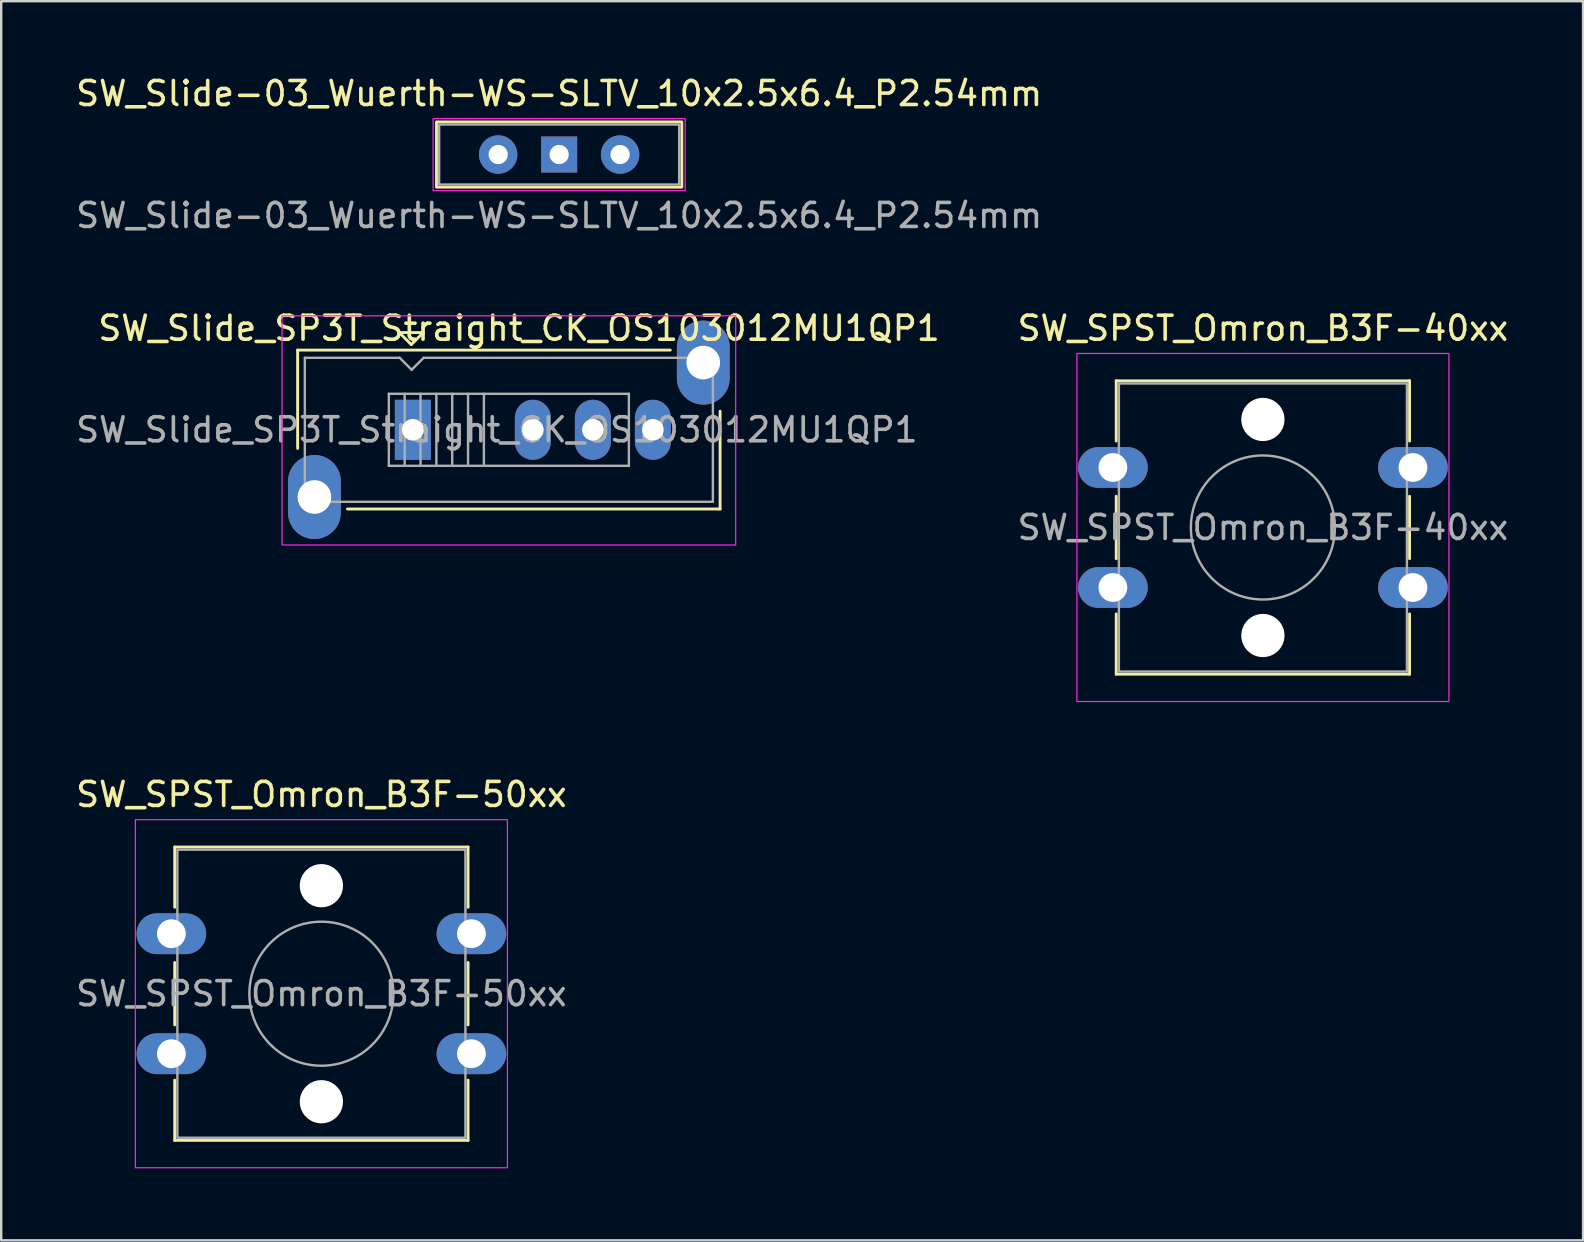
<source format=kicad_pcb>
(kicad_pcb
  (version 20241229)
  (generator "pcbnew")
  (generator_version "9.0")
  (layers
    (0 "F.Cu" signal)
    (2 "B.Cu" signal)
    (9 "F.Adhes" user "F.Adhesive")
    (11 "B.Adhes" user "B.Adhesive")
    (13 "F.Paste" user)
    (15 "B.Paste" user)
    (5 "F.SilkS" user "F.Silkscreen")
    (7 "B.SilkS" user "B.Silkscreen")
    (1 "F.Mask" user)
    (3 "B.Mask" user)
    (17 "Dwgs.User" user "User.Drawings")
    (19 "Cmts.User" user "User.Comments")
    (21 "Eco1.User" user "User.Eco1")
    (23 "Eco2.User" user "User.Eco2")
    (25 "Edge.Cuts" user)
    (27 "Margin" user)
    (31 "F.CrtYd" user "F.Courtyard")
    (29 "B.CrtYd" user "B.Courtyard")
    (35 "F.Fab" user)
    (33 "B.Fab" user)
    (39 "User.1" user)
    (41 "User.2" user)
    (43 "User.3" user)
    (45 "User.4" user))
  (footprint "SW_SPST_Omron_B3F-50xx"
    (layer "F.Cu")
    (at 4.089 35.848)
    (property "Reference" "SW_SPST_Omron_B3F-50xx" (at 6.25 -5.8 0) (layer "F.SilkS") (effects (font (size 1 1) (thickness 0.15))))
    (attr through_hole)
    (fp_line (start 0.14 -3.61) (end 0.14 -1.1) (stroke (width 0.12) (type default)) (layer "F.SilkS"))
    (fp_line (start 0.14 -3.61) (end 12.36 -3.61) (stroke (width 0.12) (type default)) (layer "F.SilkS"))
    (fp_line (start 0.14 1.2) (end 0.14 3.8) (stroke (width 0.12) (type default)) (layer "F.SilkS"))
    (fp_line (start 0.14 6.1) (end 0.14 8.61) (stroke (width 0.12) (type default)) (layer "F.SilkS"))
    (fp_line (start 12.36 -3.61) (end 12.36 -1.1) (stroke (width 0.12) (type default)) (layer "F.SilkS"))
    (fp_line (start 12.36 1.2) (end 12.36 3.8) (stroke (width 0.12) (type default)) (layer "F.SilkS"))
    (fp_line (start 12.36 6.1) (end 12.36 8.61) (stroke (width 0.12) (type default)) (layer "F.SilkS"))
    (fp_line (start 12.36 8.61) (end 0.14 8.61) (stroke (width 0.12) (type default)) (layer "F.SilkS"))
    (fp_rect (start -1.5 -4.75) (end 14 9.75) (stroke (width 0.05) (type default)) (fill no) (layer "F.CrtYd"))
    (fp_rect (start 0.25 -3.5) (end 12.25 8.5) (stroke (width 0.1) (type default)) (fill no) (layer "F.Fab"))
    (fp_circle (center 6.25 2.5) (end 9.25 2.5) (stroke (width 0.1) (type default)) (fill no) (layer "F.Fab"))
    (fp_text user "${REFERENCE}" (at 6.25 2.5 0) (layer "F.Fab") (effects (font (size 1 1) (thickness 0.15))))
    (pad "" np_thru_hole circle (at 6.25 -2) (size 1.8 1.8) (drill 1.8) (layers "*.Cu" "*.Mask"))
    (pad "" np_thru_hole circle (at 6.25 7) (size 1.8 1.8) (drill 1.8) (layers "*.Cu" "*.Mask"))
    (pad "1" thru_hole oval (at 0 0) (size 2.9 1.7) (drill 1.2) (layers "*.Cu" "*.Mask"))
    (pad "1" thru_hole oval (at 12.5 0) (size 2.9 1.7) (drill 1.2) (layers "*.Cu" "*.Mask"))
    (pad "2" thru_hole oval (at 0 5) (size 2.9 1.7) (drill 1.2) (layers "*.Cu" "*.Mask"))
    (pad "2" thru_hole oval (at 12.5 5) (size 2.9 1.7) (drill 1.2) (layers "*.Cu" "*.Mask")))
  (footprint "SW_Slide_SP3T_Straight_CK_OS103012MU1QP1"
    (layer "F.Cu")
    (at 14.149 14.855)
    (property "Reference" "SW_Slide_SP3T_Straight_CK_OS103012MU1QP1" (at 4.425 -4.23 0) (layer "F.SilkS") (effects (font (size 1 1) (thickness 0.15))))
    (attr through_hole)
    (fp_line (start -4.8 -3.32) (end -4.8 0.775) (stroke (width 0.12) (type default)) (layer "F.SilkS"))
    (fp_line (start -2.725 3.3) (end 12.8 3.3) (stroke (width 0.12) (type default)) (layer "F.SilkS"))
    (fp_line (start -0.565 -4.05) (end -0.065 -3.55) (stroke (width 0.12) (type solid)) (layer "F.SilkS"))
    (fp_line (start -0.065 -3.55) (end 0.435 -4.05) (stroke (width 0.12) (type solid)) (layer "F.SilkS"))
    (fp_line (start 0.435 -4.05) (end -0.565 -4.05) (stroke (width 0.12) (type solid)) (layer "F.SilkS"))
    (fp_line (start 10.725 -3.32) (end -4.8 -3.32) (stroke (width 0.12) (type default)) (layer "F.SilkS"))
    (fp_line (start 12.8 3.3) (end 12.8 -0.775) (stroke (width 0.12) (type default)) (layer "F.SilkS"))
    (fp_rect (start -5.45 -4.75) (end 13.45 4.8) (stroke (width 0.05) (type default)) (fill no) (layer "F.CrtYd"))
    (fp_line (start -4.5 -3) (end -4.5 3) (stroke (width 0.1) (type default)) (layer "F.Fab"))
    (fp_line (start -4.5 3) (end 12.5 3) (stroke (width 0.1) (type default)) (layer "F.Fab"))
    (fp_line (start -1 -1.5) (end -1 1.5) (stroke (width 0.1) (type solid)) (layer "F.Fab"))
    (fp_line (start -1 1.5) (end 9 1.5) (stroke (width 0.1) (type default)) (layer "F.Fab"))
    (fp_line (start -0.55 -3) (end -4.5 -3) (stroke (width 0.1) (type default)) (layer "F.Fab"))
    (fp_line (start -0.55 -3) (end -0.05 -2.5) (stroke (width 0.1) (type solid)) (layer "F.Fab"))
    (fp_line (start -0.34 -1.5) (end -0.34 1.5) (stroke (width 0.1) (type solid)) (layer "F.Fab"))
    (fp_line (start -0.05 -2.5) (end 0.45 -3) (stroke (width 0.1) (type solid)) (layer "F.Fab"))
    (fp_line (start 0.32 -1.5) (end 0.32 1.5) (stroke (width 0.1) (type solid)) (layer "F.Fab"))
    (fp_line (start 0.98 -1.5) (end 0.98 1.5) (stroke (width 0.1) (type solid)) (layer "F.Fab"))
    (fp_line (start 1.64 -1.5) (end 1.64 1.5) (stroke (width 0.1) (type solid)) (layer "F.Fab"))
    (fp_line (start 2.3 -1.5) (end 2.3 1.5) (stroke (width 0.1) (type solid)) (layer "F.Fab"))
    (fp_line (start 2.96 -1.5) (end 2.96 1.5) (stroke (width 0.1) (type solid)) (layer "F.Fab"))
    (fp_line (start 9 -1.5) (end -1 -1.5) (stroke (width 0.1) (type default)) (layer "F.Fab"))
    (fp_line (start 9 -1.5) (end 9 1.5) (stroke (width 0.1) (type solid)) (layer "F.Fab"))
    (fp_line (start 12.5 -3) (end 0.45 -3) (stroke (width 0.1) (type default)) (layer "F.Fab"))
    (fp_line (start 12.5 -3) (end 12.5 3) (stroke (width 0.1) (type default)) (layer "F.Fab"))
    (fp_text user "${REFERENCE}" (at 3.5 0 0) (layer "F.Fab") (effects (font (size 1 1) (thickness 0.15))))
    (pad "1" thru_hole rect (at 0 0) (size 1.5 2.5) (drill 0.9) (layers "*.Cu" "*.Mask"))
    (pad "2" thru_hole oval (at 5 0) (size 1.5 2.5) (drill 0.9) (layers "*.Cu" "*.Mask"))
    (pad "3" thru_hole oval (at 7.5 0) (size 1.5 2.5) (drill 0.9) (layers "*.Cu" "*.Mask"))
    (pad "4" thru_hole oval (at 10 0) (size 1.5 2.5) (drill 0.9) (layers "*.Cu" "*.Mask"))
    (pad "MP" thru_hole oval (at -4.1 2.8) (size 2.2 3.5) (drill 1.4) (layers "*.Cu" "*.Mask"))
    (pad "MP" thru_hole oval (at 12.1 -2.8) (size 2.2 3.5) (drill 1.4) (layers "*.Cu" "*.Mask")))
  (footprint "SW_Slide-03_Wuerth-WS-SLTV_10x2.5x6.4_P2.54mm"
    (layer "F.Cu")
    (at 20.244 3.388)
    (property "Reference" "SW_Slide-03_Wuerth-WS-SLTV_10x2.5x6.4_P2.54mm" (at 0 -2.54 0) (layer "F.SilkS") (effects (font (size 1 1) (thickness 0.15))))
    (attr through_hole)
    (fp_rect (start -5.11 -1.36) (end 5.11 1.36) (stroke (width 0.12) (type default)) (fill no) (layer "F.SilkS"))
    (fp_rect (start -5.25 -1.5) (end 5.25 1.5) (stroke (width 0.05) (type default)) (fill no) (layer "F.CrtYd"))
    (fp_rect (start -5 -1.25) (end 5 1.25) (stroke (width 0.1) (type default)) (fill no) (layer "F.Fab"))
    (fp_text user "${REFERENCE}" (at 0 2.54 0) (layer "F.Fab") (effects (font (size 1 1) (thickness 0.15))))
    (pad "1" thru_hole rect (at 0 0) (size 1.5 1.5) (drill 0.8) (layers "*.Cu" "*.Mask"))
    (pad "2" thru_hole circle (at -2.54 0) (size 1.6 1.6) (drill 0.8) (layers "*.Cu" "*.Mask"))
    (pad "3" thru_hole circle (at 2.54 0) (size 1.6 1.6) (drill 0.8) (layers "*.Cu" "*.Mask")))
  (footprint "SW_SPST_Omron_B3F-40xx"
    (layer "F.Cu")
    (at 43.312 16.425)
    (property "Reference" "SW_SPST_Omron_B3F-40xx" (at 6.25 -5.8 0) (layer "F.SilkS") (effects (font (size 1 1) (thickness 0.15))))
    (attr through_hole)
    (fp_line (start 0.14 -3.61) (end 0.14 -1.1) (stroke (width 0.12) (type default)) (layer "F.SilkS"))
    (fp_line (start 0.14 -3.61) (end 12.36 -3.61) (stroke (width 0.12) (type default)) (layer "F.SilkS"))
    (fp_line (start 0.14 1.2) (end 0.14 3.8) (stroke (width 0.12) (type default)) (layer "F.SilkS"))
    (fp_line (start 0.14 6.1) (end 0.14 8.61) (stroke (width 0.12) (type default)) (layer "F.SilkS"))
    (fp_line (start 12.36 -3.61) (end 12.36 -1.1) (stroke (width 0.12) (type default)) (layer "F.SilkS"))
    (fp_line (start 12.36 1.2) (end 12.36 3.8) (stroke (width 0.12) (type default)) (layer "F.SilkS"))
    (fp_line (start 12.36 6.1) (end 12.36 8.61) (stroke (width 0.12) (type default)) (layer "F.SilkS"))
    (fp_line (start 12.36 8.61) (end 0.14 8.61) (stroke (width 0.12) (type default)) (layer "F.SilkS"))
    (fp_rect (start -1.5 -4.75) (end 14 9.75) (stroke (width 0.05) (type default)) (fill no) (layer "F.CrtYd"))
    (fp_rect (start 0.25 -3.5) (end 12.25 8.5) (stroke (width 0.1) (type default)) (fill no) (layer "F.Fab"))
    (fp_circle (center 6.25 2.5) (end 9.25 2.5) (stroke (width 0.1) (type default)) (fill no) (layer "F.Fab"))
    (fp_text user "${REFERENCE}" (at 6.25 2.5 0) (layer "F.Fab") (effects (font (size 1 1) (thickness 0.15))))
    (pad "" np_thru_hole circle (at 6.25 -2) (size 1.8 1.8) (drill 1.8) (layers "*.Cu" "*.Mask"))
    (pad "" np_thru_hole circle (at 6.25 7) (size 1.8 1.8) (drill 1.8) (layers "*.Cu" "*.Mask"))
    (pad "1" thru_hole oval (at 0 0) (size 2.9 1.7) (drill 1.2) (layers "*.Cu" "*.Mask"))
    (pad "1" thru_hole oval (at 12.5 0) (size 2.9 1.7) (drill 1.2) (layers "*.Cu" "*.Mask"))
    (pad "2" thru_hole oval (at 0 5) (size 2.9 1.7) (drill 1.2) (layers "*.Cu" "*.Mask"))
    (pad "2" thru_hole oval (at 12.5 5) (size 2.9 1.7) (drill 1.2) (layers "*.Cu" "*.Mask")))
  (gr_rect
    (start -3 -3)
    (end 62.901 48.623)
    (stroke (width 0.1) (type default))
    (fill no)
    (layer "Edge.Cuts")))
</source>
